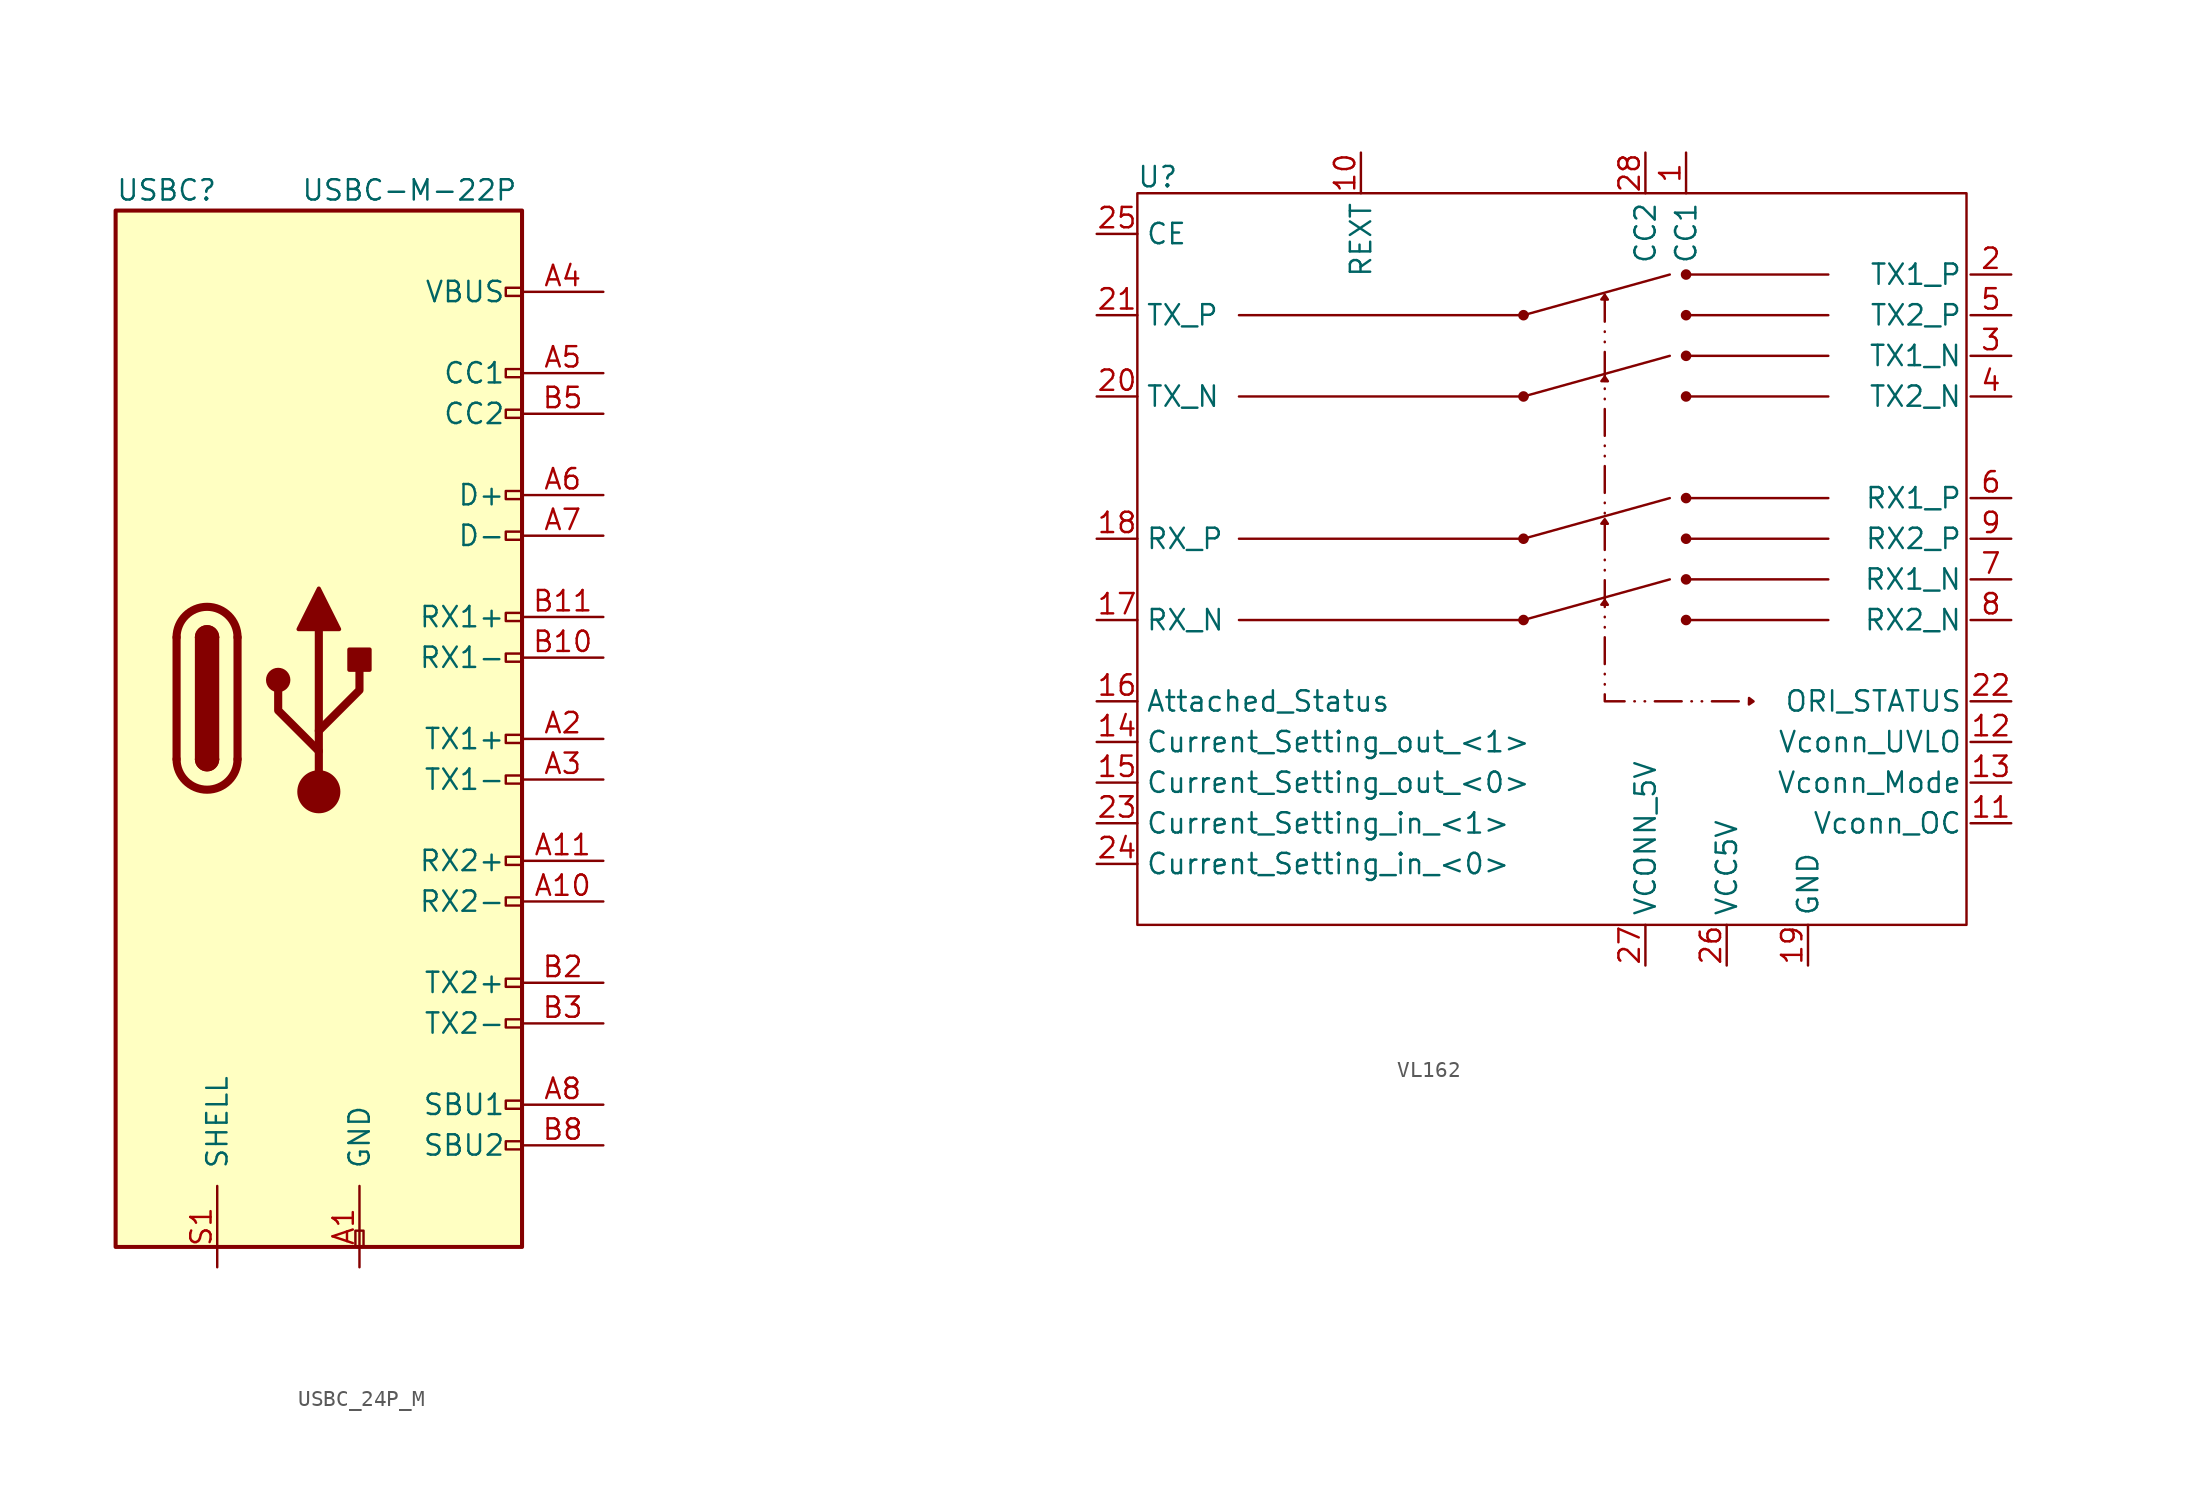
<source format=kicad_sym>
(kicad_symbol_lib
  (version 20231120)
  (generator "kicad_symbol_editor")
  (generator_version "8.0")
  (symbol "USBC_24P_M"
    (pin_names
      (offset 1.016))
    (property "Reference" "USBC"
      (at -15.24 31.75 0)
      (effects (font (size 1.27 1.27)) (justify left)))
    (property "Value" "USBC-M-22P"
      (at 9.906 31.75 0)
      (effects (font (size 1.27 1.27)) (justify right)))
    (symbol "USBC_24P_M_0_0"
      (rectangle (start -0.254 -34.29) (end 0.254 -33.274) (stroke (width 0) (type default)) (fill (type none)))
      (rectangle (start 10.16 -27.686) (end 9.144 -28.194) (stroke (width 0) (type default)) (fill (type none)))
      (rectangle (start 10.16 -25.146) (end 9.144 -25.654) (stroke (width 0) (type default)) (fill (type none)))
      (rectangle (start 10.16 -20.066) (end 9.144 -20.574) (stroke (width 0) (type default)) (fill (type none)))
      (rectangle (start 10.16 -17.526) (end 9.144 -18.034) (stroke (width 0) (type default)) (fill (type none)))
      (rectangle (start 10.16 -12.446) (end 9.144 -12.954) (stroke (width 0) (type default)) (fill (type none)))
      (rectangle (start 10.16 -9.906) (end 9.144 -10.414) (stroke (width 0) (type default)) (fill (type none)))
      (rectangle (start 10.16 -4.826) (end 9.144 -5.334) (stroke (width 0) (type default)) (fill (type none)))
      (rectangle (start 10.16 -2.286) (end 9.144 -2.794) (stroke (width 0) (type default)) (fill (type none)))
      (rectangle (start 10.16 2.794) (end 9.144 2.286) (stroke (width 0) (type default)) (fill (type none)))
      (rectangle (start 10.16 5.334) (end 9.144 4.826) (stroke (width 0) (type default)) (fill (type none)))
      (rectangle (start 10.16 10.414) (end 9.144 9.906) (stroke (width 0) (type default)) (fill (type none)))
      (rectangle (start 10.16 12.954) (end 9.144 12.446) (stroke (width 0) (type default)) (fill (type none)))
      (rectangle (start 10.16 18.034) (end 9.144 17.526) (stroke (width 0) (type default)) (fill (type none)))
      (rectangle (start 10.16 20.574) (end 9.144 20.066) (stroke (width 0) (type default)) (fill (type none)))
      (rectangle (start 10.16 25.654) (end 9.144 25.146) (stroke (width 0) (type default)) (fill (type none))))
    (symbol "USBC_24P_M_0_1"
      (rectangle (start -15.24 30.48) (end 10.16 -34.29) (stroke (width 0.254) (type default)) (fill (type background)))
      (arc (start -11.43 -3.81) (mid -9.525 -5.7067) (end -7.62 -3.81) (stroke (width 0.508) (type default)) (fill (type none)))
      (arc (start -10.16 -3.81) (mid -9.525 -4.4423) (end -8.89 -3.81) (stroke (width 0.254) (type default)) (fill (type none)))
      (arc (start -10.16 -3.81) (mid -9.525 -4.4423) (end -8.89 -3.81) (stroke (width 0.254) (type default)) (fill (type outline)))
      (rectangle (start -10.16 3.81) (end -8.89 -3.81) (stroke (width 0.254) (type default)) (fill (type outline)))
      (arc (start -8.89 3.81) (mid -9.525 4.4423) (end -10.16 3.81) (stroke (width 0.254) (type default)) (fill (type none)))
      (arc (start -8.89 3.81) (mid -9.525 4.4423) (end -10.16 3.81) (stroke (width 0.254) (type default)) (fill (type outline)))
      (arc (start -7.62 3.81) (mid -9.525 5.7067) (end -11.43 3.81) (stroke (width 0.508) (type default)) (fill (type none)))
      (polyline (pts (xy -11.43 -3.81) (xy -11.43 3.81)) (stroke (width 0.508) (type default)) (fill (type none)))
      (polyline (pts (xy -7.62 3.81) (xy -7.62 -3.81)) (stroke (width 0.508) (type default)) (fill (type none))))
    (symbol "USBC_24P_M_1_1"
      (circle (center -5.08 1.143) (radius 0.635) (stroke (width 0.254) (type default)) (fill (type outline)))
      (circle (center -2.54 -5.842) (radius 1.27) (stroke (width 0) (type default)) (fill (type outline)))
      (rectangle (start -0.635 1.778) (end 0.635 3.048) (stroke (width 0.254) (type default)) (fill (type outline)))
      (polyline (pts (xy -2.54 -5.842) (xy -2.54 4.318)) (stroke (width 0.508) (type default)) (fill (type none)))
      (polyline (pts (xy -2.54 -3.302) (xy -5.08 -0.762) (xy -5.08 0.508)) (stroke (width 0.508) (type default)) (fill (type none)))
      (polyline (pts (xy -2.54 -2.032) (xy 0 0.508) (xy 0 1.778)) (stroke (width 0.508) (type default)) (fill (type none)))
      (polyline (pts (xy -3.81 4.318) (xy -2.54 6.858) (xy -1.27 4.318) (xy -3.81 4.318)) (stroke (width 0.254) (type default)) (fill (type outline)))
      (pin passive line (at 0 -35.56 90) (length 5.08) (name "GND" (effects (font (size 1.27 1.27)))) (number "A1" (effects (font (size 1.27 1.27)))))
      (pin bidirectional line (at 15.24 -12.7 180) (length 5.08) (name "RX2-" (effects (font (size 1.27 1.27)))) (number "A10" (effects (font (size 1.27 1.27)))))
      (pin bidirectional line (at 15.24 -10.16 180) (length 5.08) (name "RX2+" (effects (font (size 1.27 1.27)))) (number "A11" (effects (font (size 1.27 1.27)))))
      (pin passive line (at 0 -35.56 90) (length 5.08) hide (name "GND" (effects (font (size 1.27 1.27)))) (number "A12" (effects (font (size 1.27 1.27)))))
      (pin bidirectional line (at 15.24 -2.54 180) (length 5.08) (name "TX1+" (effects (font (size 1.27 1.27)))) (number "A2" (effects (font (size 1.27 1.27)))))
      (pin bidirectional line (at 15.24 -5.08 180) (length 5.08) (name "TX1-" (effects (font (size 1.27 1.27)))) (number "A3" (effects (font (size 1.27 1.27)))))
      (pin passive line (at 15.24 25.4 180) (length 5.08) (name "VBUS" (effects (font (size 1.27 1.27)))) (number "A4" (effects (font (size 1.27 1.27)))))
      (pin bidirectional line (at 15.24 20.32 180) (length 5.08) (name "CC1" (effects (font (size 1.27 1.27)))) (number "A5" (effects (font (size 1.27 1.27)))))
      (pin bidirectional line (at 15.24 12.7 180) (length 5.08) (name "D+" (effects (font (size 1.27 1.27)))) (number "A6" (effects (font (size 1.27 1.27)))))
      (pin bidirectional line (at 15.24 10.16 180) (length 5.08) (name "D-" (effects (font (size 1.27 1.27)))) (number "A7" (effects (font (size 1.27 1.27)))))
      (pin bidirectional line (at 15.24 -25.4 180) (length 5.08) (name "SBU1" (effects (font (size 1.27 1.27)))) (number "A8" (effects (font (size 1.27 1.27)))))
      (pin passive line (at 15.24 25.4 180) (length 5.08) hide (name "VBUS" (effects (font (size 1.27 1.27)))) (number "A9" (effects (font (size 1.27 1.27)))))
      (pin passive line (at 0 -35.56 90) (length 5.08) hide (name "GND" (effects (font (size 1.27 1.27)))) (number "B1" (effects (font (size 1.27 1.27)))))
      (pin bidirectional line (at 15.24 2.54 180) (length 5.08) (name "RX1-" (effects (font (size 1.27 1.27)))) (number "B10" (effects (font (size 1.27 1.27)))))
      (pin bidirectional line (at 15.24 5.08 180) (length 5.08) (name "RX1+" (effects (font (size 1.27 1.27)))) (number "B11" (effects (font (size 1.27 1.27)))))
      (pin passive line (at 0 -35.56 90) (length 5.08) hide (name "GND" (effects (font (size 1.27 1.27)))) (number "B12" (effects (font (size 1.27 1.27)))))
      (pin bidirectional line (at 15.24 -17.78 180) (length 5.08) (name "TX2+" (effects (font (size 1.27 1.27)))) (number "B2" (effects (font (size 1.27 1.27)))))
      (pin bidirectional line (at 15.24 -20.32 180) (length 5.08) (name "TX2-" (effects (font (size 1.27 1.27)))) (number "B3" (effects (font (size 1.27 1.27)))))
      (pin passive line (at 15.24 25.4 180) (length 5.08) hide (name "VBUS" (effects (font (size 1.27 1.27)))) (number "B4" (effects (font (size 1.27 1.27)))))
      (pin bidirectional line (at 15.24 17.78 180) (length 5.08) (name "CC2" (effects (font (size 1.27 1.27)))) (number "B5" (effects (font (size 1.27 1.27)))))
      (pin no_connect line (at 15.24 12.7 180) (length 5.08) hide (name "D+" (effects (font (size 1.27 1.27)))) (number "B6" (effects (font (size 1.27 1.27)))))
      (pin no_connect line (at 15.24 10.16 180) (length 5.08) hide (name "D-" (effects (font (size 1.27 1.27)))) (number "B7" (effects (font (size 1.27 1.27)))))
      (pin bidirectional line (at 15.24 -27.94 180) (length 5.08) (name "SBU2" (effects (font (size 1.27 1.27)))) (number "B8" (effects (font (size 1.27 1.27)))))
      (pin passive line (at 15.24 25.4 180) (length 5.08) hide (name "VBUS" (effects (font (size 1.27 1.27)))) (number "B9" (effects (font (size 1.27 1.27)))))
      (pin passive line (at -8.89 -35.56 90) (length 5.08) (name "SHELL" (effects (font (size 1.27 1.27)))) (number "S1" (effects (font (size 1.27 1.27)))))))
  (symbol "VL162"
    (property "Reference" "U"
      (at -24.13 22.606 0)
      (effects (font (size 1.27 1.27))))
    (property "Value" ""
      (at -43.701 -24.126 0)
      (effects (font (size 1.27 1.27))))
    (symbol "VL162_0_0"
      (pin bidirectional line (at 8.89 24.13 270) (length 2.54) (name "CC1" (effects (font (size 1.27 1.27)))) (number "1" (effects (font (size 1.27 1.27)))))
      (pin passive line (at -11.43 24.13 270) (length 2.54) (name "REXT" (effects (font (size 1.27 1.27)))) (number "10" (effects (font (size 1.27 1.27)))))
      (pin output line (at 29.21 -17.78 180) (length 2.54) (name "Vconn_OC" (effects (font (size 1.27 1.27)))) (number "11" (effects (font (size 1.27 1.27)))))
      (pin output line (at 29.21 -12.7 180) (length 2.54) (name "Vconn_UVLO" (effects (font (size 1.27 1.27)))) (number "12" (effects (font (size 1.27 1.27)))))
      (pin input line (at 29.21 -15.24 180) (length 2.54) (name "Vconn_Mode" (effects (font (size 1.27 1.27)))) (number "13" (effects (font (size 1.27 1.27)))))
      (pin passive line (at -27.94 -12.7 0) (length 2.54) (name "Current_Setting_out_<1>" (effects (font (size 1.27 1.27)))) (number "14" (effects (font (size 1.27 1.27)))))
      (pin passive line (at -27.94 -15.24 0) (length 2.54) (name "Current_Setting_out_<0>" (effects (font (size 1.27 1.27)))) (number "15" (effects (font (size 1.27 1.27)))))
      (pin output line (at -27.94 -10.16 0) (length 2.54) (name "Attached_Status" (effects (font (size 1.27 1.27)))) (number "16" (effects (font (size 1.27 1.27)))))
      (pin bidirectional line (at -27.94 -5.08 0) (length 2.54) (name "RX_N" (effects (font (size 1.27 1.27)))) (number "17" (effects (font (size 1.27 1.27)))))
      (pin bidirectional line (at -27.94 0 0) (length 2.54) (name "RX_P" (effects (font (size 1.27 1.27)))) (number "18" (effects (font (size 1.27 1.27)))))
      (pin bidirectional line (at 29.21 16.51 180) (length 2.54) (name "TX1_P" (effects (font (size 1.27 1.27)))) (number "2" (effects (font (size 1.27 1.27)))))
      (pin bidirectional line (at -27.94 8.89 0) (length 2.54) (name "TX_N" (effects (font (size 1.27 1.27)))) (number "20" (effects (font (size 1.27 1.27)))))
      (pin bidirectional line (at -27.94 13.97 0) (length 2.54) (name "TX_P" (effects (font (size 1.27 1.27)))) (number "21" (effects (font (size 1.27 1.27)))))
      (pin output line (at 29.21 -10.16 180) (length 2.54) (name "ORI_STATUS" (effects (font (size 1.27 1.27)))) (number "22" (effects (font (size 1.27 1.27)))))
      (pin passive line (at -27.94 -17.78 0) (length 2.54) (name "Current_Setting_in_<1>" (effects (font (size 1.27 1.27)))) (number "23" (effects (font (size 1.27 1.27)))))
      (pin passive line (at -27.94 -20.32 0) (length 2.54) (name "Current_Setting_in_<0>" (effects (font (size 1.27 1.27)))) (number "24" (effects (font (size 1.27 1.27)))))
      (pin input line (at -27.94 19.05 0) (length 2.54) (name "CE" (effects (font (size 1.27 1.27)))) (number "25" (effects (font (size 1.27 1.27)))))
      (pin power_in line (at 11.43 -26.67 90) (length 2.54) (name "VCC5V" (effects (font (size 1.27 1.27)))) (number "26" (effects (font (size 1.27 1.27)))))
      (pin power_in line (at 6.35 -26.67 90) (length 2.54) (name "VCONN_5V" (effects (font (size 1.27 1.27)))) (number "27" (effects (font (size 1.27 1.27)))))
      (pin bidirectional line (at 29.21 11.43 180) (length 2.54) (name "TX1_N" (effects (font (size 1.27 1.27)))) (number "3" (effects (font (size 1.27 1.27)))))
      (pin bidirectional line (at 29.21 8.89 180) (length 2.54) (name "TX2_N" (effects (font (size 1.27 1.27)))) (number "4" (effects (font (size 1.27 1.27)))))
      (pin bidirectional line (at 29.21 13.97 180) (length 2.54) (name "TX2_P" (effects (font (size 1.27 1.27)))) (number "5" (effects (font (size 1.27 1.27)))))
      (pin bidirectional line (at 29.21 2.54 180) (length 2.54) (name "RX1_P" (effects (font (size 1.27 1.27)))) (number "6" (effects (font (size 1.27 1.27)))))
      (pin bidirectional line (at 29.21 -2.54 180) (length 2.54) (name "RX1_N" (effects (font (size 1.27 1.27)))) (number "7" (effects (font (size 1.27 1.27)))))
      (pin bidirectional line (at 29.21 -5.08 180) (length 2.54) (name "RX2_N" (effects (font (size 1.27 1.27)))) (number "8" (effects (font (size 1.27 1.27)))))
      (pin bidirectional line (at 29.21 0 180) (length 2.54) (name "RX2_P" (effects (font (size 1.27 1.27)))) (number "9" (effects (font (size 1.27 1.27))))))
    (symbol "VL162_0_1"
      (rectangle (start -25.4 21.59) (end 26.416 -24.13) (stroke (width 0) (type default)) (fill (type none)))
      (polyline (pts (xy -19.05 -5.08) (xy -1.016 -5.08)) (stroke (width 0) (type default)) (fill (type none)))
      (polyline (pts (xy -19.05 0) (xy -1.016 0)) (stroke (width 0) (type default)) (fill (type none)))
      (polyline (pts (xy -19.05 8.89) (xy -1.016 8.89)) (stroke (width 0) (type default)) (fill (type none)))
      (polyline (pts (xy -19.05 13.97) (xy -1.016 13.97)) (stroke (width 0) (type default)) (fill (type none)))
      (polyline (pts (xy 17.78 -5.08) (xy 8.89 -5.08)) (stroke (width 0) (type default)) (fill (type none)))
      (polyline (pts (xy 17.78 -2.54) (xy 8.89 -2.54)) (stroke (width 0) (type default)) (fill (type none)))
      (polyline (pts (xy 17.78 0) (xy 8.89 0)) (stroke (width 0) (type default)) (fill (type none)))
      (polyline (pts (xy 17.78 2.54) (xy 8.89 2.54)) (stroke (width 0) (type default)) (fill (type none)))
      (polyline (pts (xy 17.78 8.89) (xy 8.89 8.89)) (stroke (width 0) (type default)) (fill (type none)))
      (polyline (pts (xy 17.78 11.43) (xy 8.89 11.43)) (stroke (width 0) (type default)) (fill (type none)))
      (polyline (pts (xy 17.78 13.97) (xy 8.89 13.97)) (stroke (width 0) (type default)) (fill (type none)))
      (polyline (pts (xy 17.78 16.51) (xy 8.89 16.51)) (stroke (width 0) (type default)) (fill (type none))))
    (symbol "VL162_1_0"
      (pin passive line (at 16.51 -26.67 90) (length 2.54) (name "GND" (effects (font (size 1.27 1.27)))) (number "19" (effects (font (size 1.27 1.27)))))
      (pin bidirectional line (at 6.35 24.13 270) (length 2.54) (name "CC2" (effects (font (size 1.27 1.27)))) (number "28" (effects (font (size 1.27 1.27)))))
      (pin passive line (at 16.51 -26.67 90) (length 2.54) hide (name "EPAD" (effects (font (size 1.27 1.27)))) (number "29" (effects (font (size 1.27 1.27))))))
    (symbol "VL162_1_1"
      (circle (center -1.27 -5.08) (radius 0.254) (stroke (width 0) (type default)) (fill (type outline)))
      (circle (center -1.27 0) (radius 0.254) (stroke (width 0) (type default)) (fill (type outline)))
      (circle (center -1.27 8.89) (radius 0.254) (stroke (width 0) (type default)) (fill (type outline)))
      (circle (center -1.27 13.97) (radius 0.254) (stroke (width 0) (type default)) (fill (type outline)))
      (polyline (pts (xy -1.27 -5.08) (xy 7.874 -2.54)) (stroke (width 0) (type default)) (fill (type none)))
      (polyline (pts (xy -1.27 0) (xy 7.874 2.54)) (stroke (width 0) (type default)) (fill (type none)))
      (polyline (pts (xy -1.27 8.89) (xy 7.874 11.43)) (stroke (width 0) (type default)) (fill (type none)))
      (polyline (pts (xy -1.27 13.97) (xy 7.874 16.51)) (stroke (width 0) (type default)) (fill (type none)))
      (polyline (pts (xy 4.003 -4.128) (xy 3.81 -3.841) (xy 3.595 -4.123) (xy 3.983 -4.131)) (stroke (width 0) (type default)) (fill (type outline)))
      (polyline (pts (xy 4.003 0.935) (xy 3.81 1.222) (xy 3.595 0.941) (xy 3.983 0.932)) (stroke (width 0) (type default)) (fill (type outline)))
      (polyline (pts (xy 4.003 14.947) (xy 3.81 15.234) (xy 3.595 14.953) (xy 3.983 14.944)) (stroke (width 0) (type default)) (fill (type outline)))
      (polyline (pts (xy 4.005 9.842) (xy 3.813 10.129) (xy 3.598 9.847) (xy 3.986 9.839)) (stroke (width 0) (type default)) (fill (type outline)))
      (polyline (pts (xy 12.82 -10.358) (xy 13.107 -10.166) (xy 12.826 -9.951) (xy 12.817 -10.339)) (stroke (width 0) (type default)) (fill (type outline)))
      (polyline (pts (xy 3.81 15.24) (xy 3.81 -7.874) (xy 3.81 -10.16) (xy 7.874 -10.16) (xy 12.7 -10.16)) (stroke (width 0) (type dash_dot_dot)) (fill (type none)))
      (circle (center 8.89 -5.08) (radius 0.254) (stroke (width 0) (type default)) (fill (type outline)))
      (circle (center 8.89 -2.54) (radius 0.254) (stroke (width 0) (type default)) (fill (type outline)))
      (circle (center 8.89 0) (radius 0.254) (stroke (width 0) (type default)) (fill (type outline)))
      (circle (center 8.89 2.54) (radius 0.254) (stroke (width 0) (type default)) (fill (type outline)))
      (circle (center 8.89 8.89) (radius 0.254) (stroke (width 0) (type default)) (fill (type outline)))
      (circle (center 8.89 11.43) (radius 0.254) (stroke (width 0) (type default)) (fill (type outline)))
      (circle (center 8.89 13.97) (radius 0.254) (stroke (width 0) (type default)) (fill (type outline)))
      (circle (center 8.89 16.51) (radius 0.254) (stroke (width 0) (type default)) (fill (type outline))))))
</source>
